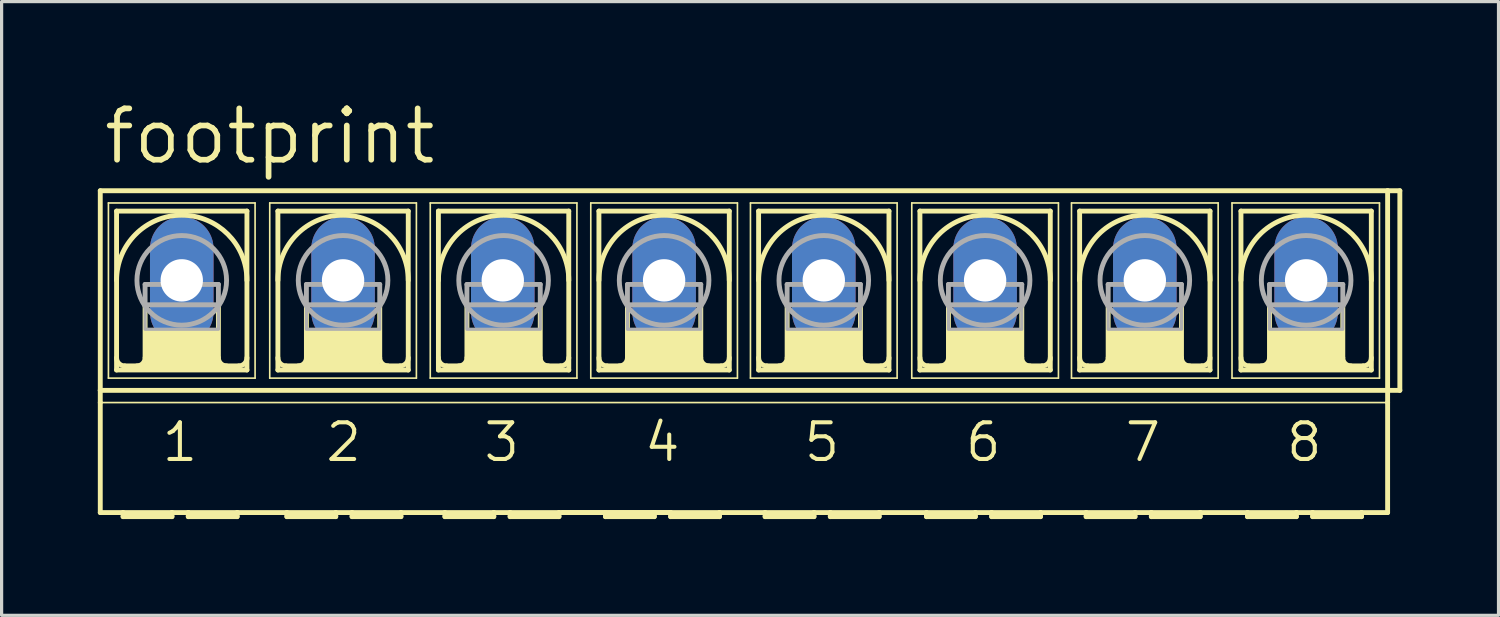
<source format=kicad_pcb>
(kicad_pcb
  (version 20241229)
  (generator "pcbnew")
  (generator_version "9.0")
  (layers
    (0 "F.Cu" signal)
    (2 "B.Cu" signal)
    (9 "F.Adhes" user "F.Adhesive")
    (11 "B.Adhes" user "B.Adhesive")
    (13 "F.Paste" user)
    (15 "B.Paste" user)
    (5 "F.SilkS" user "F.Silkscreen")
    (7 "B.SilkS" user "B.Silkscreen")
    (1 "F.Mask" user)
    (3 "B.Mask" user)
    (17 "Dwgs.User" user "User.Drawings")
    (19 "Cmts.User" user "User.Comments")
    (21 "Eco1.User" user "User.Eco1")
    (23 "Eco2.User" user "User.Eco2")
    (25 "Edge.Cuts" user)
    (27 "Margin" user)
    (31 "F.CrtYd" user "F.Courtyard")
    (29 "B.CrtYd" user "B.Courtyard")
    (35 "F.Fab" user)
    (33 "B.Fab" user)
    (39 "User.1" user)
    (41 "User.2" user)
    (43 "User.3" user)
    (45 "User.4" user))
  (footprint "footprint"
    (layer "F.Cu")
    (at 20.142 5.69)
    (property "Reference" "footprint" (at -20.041 -3.556 0) (layer "F.SilkS") (effects (font (size 1.6 1.6) (thickness 0.178)) (justify left bottom)))
    (fp_line (start -20.066 3.429) (end -20.066 -2.794) (stroke (width 0.152) (type solid)) (layer "F.SilkS"))
    (fp_line (start -20.066 3.429) (end 20.066 3.429) (stroke (width 0.152) (type solid)) (layer "F.SilkS"))
    (fp_line (start -20.066 3.81) (end -20.066 3.429) (stroke (width 0.152) (type solid)) (layer "F.SilkS"))
    (fp_line (start -20.066 7.239) (end -20.066 3.81) (stroke (width 0.152) (type solid)) (layer "F.SilkS"))
    (fp_line (start -20.066 7.239) (end -19.355 7.239) (stroke (width 0.152) (type solid)) (layer "F.SilkS"))
    (fp_line (start -19.812 -2.413) (end -19.812 3.048) (stroke (width 0.051) (type solid)) (layer "F.SilkS"))
    (fp_line (start -19.812 -2.413) (end -15.24 -2.413) (stroke (width 0.051) (type solid)) (layer "F.SilkS"))
    (fp_line (start -19.558 2.794) (end -19.558 -2.159) (stroke (width 0.152) (type solid)) (layer "F.SilkS"))
    (fp_line (start -19.558 2.794) (end -15.494 2.794) (stroke (width 0.152) (type solid)) (layer "F.SilkS"))
    (fp_line (start -19.355 7.239) (end -17.831 7.239) (stroke (width 0.152) (type solid)) (layer "F.SilkS"))
    (fp_line (start -19.355 7.366) (end -19.355 7.239) (stroke (width 0.152) (type solid)) (layer "F.SilkS"))
    (fp_line (start -19.355 7.366) (end -17.831 7.366) (stroke (width 0.152) (type solid)) (layer "F.SilkS"))
    (fp_line (start -18.669 0.762) (end -18.669 2.413) (stroke (width 0.152) (type solid)) (layer "F.SilkS"))
    (fp_line (start -17.831 7.239) (end -17.831 7.366) (stroke (width 0.152) (type solid)) (layer "F.SilkS"))
    (fp_line (start -17.831 7.239) (end -17.323 7.239) (stroke (width 0.152) (type solid)) (layer "F.SilkS"))
    (fp_line (start -17.323 7.239) (end -15.799 7.239) (stroke (width 0.152) (type solid)) (layer "F.SilkS"))
    (fp_line (start -17.323 7.366) (end -17.323 7.239) (stroke (width 0.152) (type solid)) (layer "F.SilkS"))
    (fp_line (start -17.323 7.366) (end -15.799 7.366) (stroke (width 0.152) (type solid)) (layer "F.SilkS"))
    (fp_line (start -16.383 0.762) (end -16.383 2.413) (stroke (width 0.152) (type solid)) (layer "F.SilkS"))
    (fp_line (start -15.799 7.239) (end -14.249 7.239) (stroke (width 0.152) (type solid)) (layer "F.SilkS"))
    (fp_line (start -15.799 7.366) (end -15.799 7.239) (stroke (width 0.152) (type solid)) (layer "F.SilkS"))
    (fp_line (start -15.748 2.667) (end -19.304 2.667) (stroke (width 0.152) (type solid)) (layer "F.SilkS"))
    (fp_line (start -15.494 -2.159) (end -19.558 -2.159) (stroke (width 0.152) (type solid)) (layer "F.SilkS"))
    (fp_line (start -15.494 -2.159) (end -15.494 2.794) (stroke (width 0.152) (type solid)) (layer "F.SilkS"))
    (fp_line (start -15.24 -2.413) (end -15.24 3.048) (stroke (width 0.051) (type solid)) (layer "F.SilkS"))
    (fp_line (start -15.24 3.048) (end -19.812 3.048) (stroke (width 0.051) (type solid)) (layer "F.SilkS"))
    (fp_line (start -14.783 -2.413) (end -14.783 3.048) (stroke (width 0.051) (type solid)) (layer "F.SilkS"))
    (fp_line (start -14.783 -2.413) (end -10.211 -2.413) (stroke (width 0.051) (type solid)) (layer "F.SilkS"))
    (fp_line (start -14.529 -2.159) (end -14.529 2.794) (stroke (width 0.152) (type solid)) (layer "F.SilkS"))
    (fp_line (start -14.529 2.794) (end -10.465 2.794) (stroke (width 0.152) (type solid)) (layer "F.SilkS"))
    (fp_line (start -14.249 7.239) (end -12.725 7.239) (stroke (width 0.152) (type solid)) (layer "F.SilkS"))
    (fp_line (start -14.249 7.366) (end -14.249 7.239) (stroke (width 0.152) (type solid)) (layer "F.SilkS"))
    (fp_line (start -14.249 7.366) (end -12.725 7.366) (stroke (width 0.152) (type solid)) (layer "F.SilkS"))
    (fp_line (start -13.64 0.762) (end -13.64 2.413) (stroke (width 0.152) (type solid)) (layer "F.SilkS"))
    (fp_line (start -12.725 7.239) (end -12.725 7.366) (stroke (width 0.152) (type solid)) (layer "F.SilkS"))
    (fp_line (start -12.725 7.239) (end -12.217 7.239) (stroke (width 0.152) (type solid)) (layer "F.SilkS"))
    (fp_line (start -12.217 7.239) (end -10.693 7.239) (stroke (width 0.152) (type solid)) (layer "F.SilkS"))
    (fp_line (start -12.217 7.366) (end -12.217 7.239) (stroke (width 0.152) (type solid)) (layer "F.SilkS"))
    (fp_line (start -12.217 7.366) (end -10.693 7.366) (stroke (width 0.152) (type solid)) (layer "F.SilkS"))
    (fp_line (start -11.354 0.762) (end -11.354 2.413) (stroke (width 0.152) (type solid)) (layer "F.SilkS"))
    (fp_line (start -10.719 2.667) (end -14.275 2.667) (stroke (width 0.152) (type solid)) (layer "F.SilkS"))
    (fp_line (start -10.693 7.366) (end -10.693 7.239) (stroke (width 0.152) (type solid)) (layer "F.SilkS"))
    (fp_line (start -10.465 -2.159) (end -14.529 -2.159) (stroke (width 0.152) (type solid)) (layer "F.SilkS"))
    (fp_line (start -10.465 2.794) (end -10.465 -2.159) (stroke (width 0.152) (type solid)) (layer "F.SilkS"))
    (fp_line (start -10.211 3.048) (end -14.783 3.048) (stroke (width 0.051) (type solid)) (layer "F.SilkS"))
    (fp_line (start -10.211 3.048) (end -10.211 -2.413) (stroke (width 0.051) (type solid)) (layer "F.SilkS"))
    (fp_line (start -9.779 -2.413) (end -9.779 3.048) (stroke (width 0.051) (type solid)) (layer "F.SilkS"))
    (fp_line (start -9.779 -2.413) (end -5.207 -2.413) (stroke (width 0.051) (type solid)) (layer "F.SilkS"))
    (fp_line (start -9.525 2.794) (end -9.525 -2.159) (stroke (width 0.152) (type solid)) (layer "F.SilkS"))
    (fp_line (start -9.525 2.794) (end -5.461 2.794) (stroke (width 0.152) (type solid)) (layer "F.SilkS"))
    (fp_line (start -9.322 7.239) (end -10.693 7.239) (stroke (width 0.152) (type solid)) (layer "F.SilkS"))
    (fp_line (start -9.322 7.239) (end -9.322 7.366) (stroke (width 0.152) (type solid)) (layer "F.SilkS"))
    (fp_line (start -9.322 7.239) (end -7.798 7.239) (stroke (width 0.152) (type solid)) (layer "F.SilkS"))
    (fp_line (start -9.322 7.366) (end -7.798 7.366) (stroke (width 0.152) (type solid)) (layer "F.SilkS"))
    (fp_line (start -8.636 0.762) (end -8.636 2.413) (stroke (width 0.152) (type solid)) (layer "F.SilkS"))
    (fp_line (start -7.798 7.239) (end -7.798 7.366) (stroke (width 0.152) (type solid)) (layer "F.SilkS"))
    (fp_line (start -7.798 7.239) (end -7.29 7.239) (stroke (width 0.152) (type solid)) (layer "F.SilkS"))
    (fp_line (start -7.29 7.239) (end -7.29 7.366) (stroke (width 0.152) (type solid)) (layer "F.SilkS"))
    (fp_line (start -7.29 7.239) (end -5.766 7.239) (stroke (width 0.152) (type solid)) (layer "F.SilkS"))
    (fp_line (start -7.29 7.366) (end -5.766 7.366) (stroke (width 0.152) (type solid)) (layer "F.SilkS"))
    (fp_line (start -6.35 0.762) (end -6.35 2.413) (stroke (width 0.152) (type solid)) (layer "F.SilkS"))
    (fp_line (start -5.766 7.366) (end -5.766 7.239) (stroke (width 0.152) (type solid)) (layer "F.SilkS"))
    (fp_line (start -5.715 2.667) (end -9.271 2.667) (stroke (width 0.152) (type solid)) (layer "F.SilkS"))
    (fp_line (start -5.461 -2.159) (end -9.525 -2.159) (stroke (width 0.152) (type solid)) (layer "F.SilkS"))
    (fp_line (start -5.461 -2.159) (end -5.461 2.794) (stroke (width 0.152) (type solid)) (layer "F.SilkS"))
    (fp_line (start -5.207 -2.413) (end -5.207 3.048) (stroke (width 0.051) (type solid)) (layer "F.SilkS"))
    (fp_line (start -5.207 3.048) (end -9.779 3.048) (stroke (width 0.051) (type solid)) (layer "F.SilkS"))
    (fp_line (start -4.775 -2.413) (end -4.775 3.048) (stroke (width 0.051) (type solid)) (layer "F.SilkS"))
    (fp_line (start -4.775 -2.413) (end -0.203 -2.413) (stroke (width 0.051) (type solid)) (layer "F.SilkS"))
    (fp_line (start -4.521 2.794) (end -4.521 -2.159) (stroke (width 0.152) (type solid)) (layer "F.SilkS"))
    (fp_line (start -4.521 2.794) (end -0.457 2.794) (stroke (width 0.152) (type solid)) (layer "F.SilkS"))
    (fp_line (start -4.318 7.239) (end -5.664 7.239) (stroke (width 0.152) (type solid)) (layer "F.SilkS"))
    (fp_line (start -4.318 7.239) (end -4.318 7.366) (stroke (width 0.152) (type solid)) (layer "F.SilkS"))
    (fp_line (start -4.318 7.239) (end -2.794 7.239) (stroke (width 0.152) (type solid)) (layer "F.SilkS"))
    (fp_line (start -4.318 7.366) (end -2.794 7.366) (stroke (width 0.152) (type solid)) (layer "F.SilkS"))
    (fp_line (start -3.632 0.762) (end -3.632 2.413) (stroke (width 0.152) (type solid)) (layer "F.SilkS"))
    (fp_line (start -2.794 7.239) (end -2.794 7.366) (stroke (width 0.152) (type solid)) (layer "F.SilkS"))
    (fp_line (start -2.794 7.239) (end -2.286 7.239) (stroke (width 0.152) (type solid)) (layer "F.SilkS"))
    (fp_line (start -2.286 7.239) (end -5.766 7.239) (stroke (width 0.152) (type solid)) (layer "F.SilkS"))
    (fp_line (start -2.286 7.239) (end -2.286 7.366) (stroke (width 0.152) (type solid)) (layer "F.SilkS"))
    (fp_line (start -2.286 7.366) (end -0.762 7.366) (stroke (width 0.152) (type solid)) (layer "F.SilkS"))
    (fp_line (start -1.346 0.762) (end -1.346 2.413) (stroke (width 0.152) (type solid)) (layer "F.SilkS"))
    (fp_line (start -0.762 7.239) (end -2.286 7.239) (stroke (width 0.152) (type solid)) (layer "F.SilkS"))
    (fp_line (start -0.762 7.366) (end -0.762 7.239) (stroke (width 0.152) (type solid)) (layer "F.SilkS"))
    (fp_line (start -0.711 2.667) (end -4.267 2.667) (stroke (width 0.152) (type solid)) (layer "F.SilkS"))
    (fp_line (start -0.457 -2.159) (end -4.521 -2.159) (stroke (width 0.152) (type solid)) (layer "F.SilkS"))
    (fp_line (start -0.457 -2.159) (end -0.457 2.794) (stroke (width 0.152) (type solid)) (layer "F.SilkS"))
    (fp_line (start -0.203 -2.413) (end -0.203 3.048) (stroke (width 0.051) (type solid)) (layer "F.SilkS"))
    (fp_line (start -0.203 3.048) (end -4.775 3.048) (stroke (width 0.051) (type solid)) (layer "F.SilkS"))
    (fp_line (start 0.203 -2.413) (end 0.203 3.048) (stroke (width 0.051) (type solid)) (layer "F.SilkS"))
    (fp_line (start 0.203 -2.413) (end 4.775 -2.413) (stroke (width 0.051) (type solid)) (layer "F.SilkS"))
    (fp_line (start 0.457 2.794) (end 0.457 -2.159) (stroke (width 0.152) (type solid)) (layer "F.SilkS"))
    (fp_line (start 0.457 2.794) (end 4.521 2.794) (stroke (width 0.152) (type solid)) (layer "F.SilkS"))
    (fp_line (start 0.66 7.239) (end -0.762 7.239) (stroke (width 0.152) (type solid)) (layer "F.SilkS"))
    (fp_line (start 0.66 7.366) (end 0.66 7.239) (stroke (width 0.152) (type solid)) (layer "F.SilkS"))
    (fp_line (start 0.66 7.366) (end 2.184 7.366) (stroke (width 0.152) (type solid)) (layer "F.SilkS"))
    (fp_line (start 1.346 0.762) (end 1.346 2.413) (stroke (width 0.152) (type solid)) (layer "F.SilkS"))
    (fp_line (start 2.184 7.239) (end 0.66 7.239) (stroke (width 0.152) (type solid)) (layer "F.SilkS"))
    (fp_line (start 2.184 7.239) (end 2.184 7.366) (stroke (width 0.152) (type solid)) (layer "F.SilkS"))
    (fp_line (start 2.692 7.239) (end 2.184 7.239) (stroke (width 0.152) (type solid)) (layer "F.SilkS"))
    (fp_line (start 2.692 7.366) (end 2.692 7.239) (stroke (width 0.152) (type solid)) (layer "F.SilkS"))
    (fp_line (start 2.692 7.366) (end 4.216 7.366) (stroke (width 0.152) (type solid)) (layer "F.SilkS"))
    (fp_line (start 3.632 0.762) (end 3.632 2.413) (stroke (width 0.152) (type solid)) (layer "F.SilkS"))
    (fp_line (start 4.216 7.239) (end 2.692 7.239) (stroke (width 0.152) (type solid)) (layer "F.SilkS"))
    (fp_line (start 4.216 7.366) (end 4.216 7.239) (stroke (width 0.152) (type solid)) (layer "F.SilkS"))
    (fp_line (start 4.267 2.667) (end 0.711 2.667) (stroke (width 0.152) (type solid)) (layer "F.SilkS"))
    (fp_line (start 4.521 -2.159) (end 0.457 -2.159) (stroke (width 0.152) (type solid)) (layer "F.SilkS"))
    (fp_line (start 4.521 -2.159) (end 4.521 2.794) (stroke (width 0.152) (type solid)) (layer "F.SilkS"))
    (fp_line (start 4.775 -2.413) (end 4.775 3.048) (stroke (width 0.051) (type solid)) (layer "F.SilkS"))
    (fp_line (start 4.775 3.048) (end 0.203 3.048) (stroke (width 0.051) (type solid)) (layer "F.SilkS"))
    (fp_line (start 5.232 -2.413) (end 5.232 3.048) (stroke (width 0.051) (type solid)) (layer "F.SilkS"))
    (fp_line (start 5.232 -2.413) (end 9.804 -2.413) (stroke (width 0.051) (type solid)) (layer "F.SilkS"))
    (fp_line (start 5.486 2.794) (end 5.486 -2.159) (stroke (width 0.152) (type solid)) (layer "F.SilkS"))
    (fp_line (start 5.486 2.794) (end 9.55 2.794) (stroke (width 0.152) (type solid)) (layer "F.SilkS"))
    (fp_line (start 5.69 7.239) (end 4.216 7.239) (stroke (width 0.152) (type solid)) (layer "F.SilkS"))
    (fp_line (start 5.69 7.366) (end 5.69 7.239) (stroke (width 0.152) (type solid)) (layer "F.SilkS"))
    (fp_line (start 5.69 7.366) (end 7.214 7.366) (stroke (width 0.152) (type solid)) (layer "F.SilkS"))
    (fp_line (start 6.375 0.762) (end 6.375 2.413) (stroke (width 0.152) (type solid)) (layer "F.SilkS"))
    (fp_line (start 7.214 7.239) (end 5.69 7.239) (stroke (width 0.152) (type solid)) (layer "F.SilkS"))
    (fp_line (start 7.214 7.239) (end 7.214 7.366) (stroke (width 0.152) (type solid)) (layer "F.SilkS"))
    (fp_line (start 7.722 7.239) (end 7.214 7.239) (stroke (width 0.152) (type solid)) (layer "F.SilkS"))
    (fp_line (start 7.722 7.239) (end 9.246 7.239) (stroke (width 0.152) (type solid)) (layer "F.SilkS"))
    (fp_line (start 7.722 7.366) (end 7.722 7.239) (stroke (width 0.152) (type solid)) (layer "F.SilkS"))
    (fp_line (start 7.722 7.366) (end 9.246 7.366) (stroke (width 0.152) (type solid)) (layer "F.SilkS"))
    (fp_line (start 8.661 0.762) (end 8.661 2.413) (stroke (width 0.152) (type solid)) (layer "F.SilkS"))
    (fp_line (start 9.246 7.239) (end 10.668 7.239) (stroke (width 0.152) (type solid)) (layer "F.SilkS"))
    (fp_line (start 9.246 7.366) (end 9.246 7.239) (stroke (width 0.152) (type solid)) (layer "F.SilkS"))
    (fp_line (start 9.296 2.667) (end 5.74 2.667) (stroke (width 0.152) (type solid)) (layer "F.SilkS"))
    (fp_line (start 9.55 -2.159) (end 5.486 -2.159) (stroke (width 0.152) (type solid)) (layer "F.SilkS"))
    (fp_line (start 9.55 -2.159) (end 9.55 2.794) (stroke (width 0.152) (type solid)) (layer "F.SilkS"))
    (fp_line (start 9.804 -2.413) (end 9.804 3.048) (stroke (width 0.051) (type solid)) (layer "F.SilkS"))
    (fp_line (start 9.804 3.048) (end 5.232 3.048) (stroke (width 0.051) (type solid)) (layer "F.SilkS"))
    (fp_line (start 10.211 -2.413) (end 10.211 3.048) (stroke (width 0.051) (type solid)) (layer "F.SilkS"))
    (fp_line (start 10.211 -2.413) (end 14.783 -2.413) (stroke (width 0.051) (type solid)) (layer "F.SilkS"))
    (fp_line (start 10.465 2.794) (end 10.465 -2.159) (stroke (width 0.152) (type solid)) (layer "F.SilkS"))
    (fp_line (start 10.465 2.794) (end 14.529 2.794) (stroke (width 0.152) (type solid)) (layer "F.SilkS"))
    (fp_line (start 10.668 7.366) (end 10.668 7.239) (stroke (width 0.152) (type solid)) (layer "F.SilkS"))
    (fp_line (start 10.668 7.366) (end 12.192 7.366) (stroke (width 0.152) (type solid)) (layer "F.SilkS"))
    (fp_line (start 11.354 0.762) (end 11.354 2.413) (stroke (width 0.152) (type solid)) (layer "F.SilkS"))
    (fp_line (start 12.192 7.239) (end 10.668 7.239) (stroke (width 0.152) (type solid)) (layer "F.SilkS"))
    (fp_line (start 12.192 7.239) (end 12.192 7.366) (stroke (width 0.152) (type solid)) (layer "F.SilkS"))
    (fp_line (start 12.7 7.239) (end 12.192 7.239) (stroke (width 0.152) (type solid)) (layer "F.SilkS"))
    (fp_line (start 12.7 7.239) (end 14.224 7.239) (stroke (width 0.152) (type solid)) (layer "F.SilkS"))
    (fp_line (start 12.7 7.366) (end 12.7 7.239) (stroke (width 0.152) (type solid)) (layer "F.SilkS"))
    (fp_line (start 12.7 7.366) (end 14.224 7.366) (stroke (width 0.152) (type solid)) (layer "F.SilkS"))
    (fp_line (start 13.64 0.762) (end 13.64 2.413) (stroke (width 0.152) (type solid)) (layer "F.SilkS"))
    (fp_line (start 14.224 7.366) (end 14.224 7.239) (stroke (width 0.152) (type solid)) (layer "F.SilkS"))
    (fp_line (start 14.275 2.667) (end 10.719 2.667) (stroke (width 0.152) (type solid)) (layer "F.SilkS"))
    (fp_line (start 14.529 -2.159) (end 10.465 -2.159) (stroke (width 0.152) (type solid)) (layer "F.SilkS"))
    (fp_line (start 14.529 -2.159) (end 14.529 2.794) (stroke (width 0.152) (type solid)) (layer "F.SilkS"))
    (fp_line (start 14.783 -2.413) (end 14.783 3.048) (stroke (width 0.051) (type solid)) (layer "F.SilkS"))
    (fp_line (start 14.783 3.048) (end 10.211 3.048) (stroke (width 0.051) (type solid)) (layer "F.SilkS"))
    (fp_line (start 15.215 -2.413) (end 15.215 3.048) (stroke (width 0.051) (type solid)) (layer "F.SilkS"))
    (fp_line (start 15.215 -2.413) (end 19.812 -2.413) (stroke (width 0.051) (type solid)) (layer "F.SilkS"))
    (fp_line (start 15.494 2.794) (end 15.494 -2.159) (stroke (width 0.152) (type solid)) (layer "F.SilkS"))
    (fp_line (start 15.494 2.794) (end 19.558 2.794) (stroke (width 0.152) (type solid)) (layer "F.SilkS"))
    (fp_line (start 15.697 7.239) (end 14.224 7.239) (stroke (width 0.152) (type solid)) (layer "F.SilkS"))
    (fp_line (start 15.697 7.239) (end 17.221 7.239) (stroke (width 0.152) (type solid)) (layer "F.SilkS"))
    (fp_line (start 15.697 7.366) (end 15.697 7.239) (stroke (width 0.152) (type solid)) (layer "F.SilkS"))
    (fp_line (start 15.697 7.366) (end 17.221 7.366) (stroke (width 0.152) (type solid)) (layer "F.SilkS"))
    (fp_line (start 16.383 0.762) (end 16.383 2.413) (stroke (width 0.152) (type solid)) (layer "F.SilkS"))
    (fp_line (start 17.221 7.239) (end 17.221 7.366) (stroke (width 0.152) (type solid)) (layer "F.SilkS"))
    (fp_line (start 17.221 7.239) (end 17.729 7.239) (stroke (width 0.152) (type solid)) (layer "F.SilkS"))
    (fp_line (start 17.729 7.239) (end 19.253 7.239) (stroke (width 0.152) (type solid)) (layer "F.SilkS"))
    (fp_line (start 17.729 7.366) (end 17.729 7.239) (stroke (width 0.152) (type solid)) (layer "F.SilkS"))
    (fp_line (start 17.729 7.366) (end 19.253 7.366) (stroke (width 0.152) (type solid)) (layer "F.SilkS"))
    (fp_line (start 18.669 0.762) (end 18.669 2.413) (stroke (width 0.152) (type solid)) (layer "F.SilkS"))
    (fp_line (start 19.253 7.239) (end 20.066 7.239) (stroke (width 0.152) (type solid)) (layer "F.SilkS"))
    (fp_line (start 19.253 7.366) (end 19.253 7.239) (stroke (width 0.152) (type solid)) (layer "F.SilkS"))
    (fp_line (start 19.304 2.667) (end 15.748 2.667) (stroke (width 0.152) (type solid)) (layer "F.SilkS"))
    (fp_line (start 19.558 -2.159) (end 15.494 -2.159) (stroke (width 0.152) (type solid)) (layer "F.SilkS"))
    (fp_line (start 19.558 -2.159) (end 19.558 2.794) (stroke (width 0.152) (type solid)) (layer "F.SilkS"))
    (fp_line (start 19.812 -2.413) (end 19.812 3.048) (stroke (width 0.051) (type solid)) (layer "F.SilkS"))
    (fp_line (start 19.812 3.048) (end 15.215 3.048) (stroke (width 0.051) (type solid)) (layer "F.SilkS"))
    (fp_line (start 20.066 -2.794) (end -20.066 -2.794) (stroke (width 0.152) (type solid)) (layer "F.SilkS"))
    (fp_line (start 20.066 -2.794) (end 20.066 3.429) (stroke (width 0.152) (type solid)) (layer "F.SilkS"))
    (fp_line (start 20.066 3.429) (end 20.066 3.81) (stroke (width 0.152) (type solid)) (layer "F.SilkS"))
    (fp_line (start 20.066 3.81) (end -20.066 3.81) (stroke (width 0.051) (type solid)) (layer "F.SilkS"))
    (fp_line (start 20.066 3.81) (end 20.066 7.239) (stroke (width 0.152) (type solid)) (layer "F.SilkS"))
    (fp_line (start 20.447 -2.794) (end 20.066 -2.794) (stroke (width 0.152) (type solid)) (layer "F.SilkS"))
    (fp_line (start 20.447 -2.794) (end 20.447 3.429) (stroke (width 0.152) (type solid)) (layer "F.SilkS"))
    (fp_line (start 20.447 3.429) (end 20.066 3.429) (stroke (width 0.152) (type solid)) (layer "F.SilkS"))
    (fp_arc (start -19.558 0) (mid -17.526 -2.032) (end -15.494 0) (stroke (width 0.1524) (type solid)) (layer "F.SilkS"))
    (fp_arc (start -19.304 2.667) (mid -19.483605 2.592605) (end -19.558 2.413) (stroke (width 0.1524) (type solid)) (layer "F.SilkS"))
    (fp_arc (start -18.669 2.413) (mid -18.743395 2.592605) (end -18.923 2.667) (stroke (width 0.1524) (type solid)) (layer "F.SilkS"))
    (fp_arc (start -16.129 2.667) (mid -16.308605 2.592605) (end -16.383 2.413) (stroke (width 0.1524) (type solid)) (layer "F.SilkS"))
    (fp_arc (start -15.494 2.413) (mid -15.568395 2.592605) (end -15.748 2.667) (stroke (width 0.1524) (type solid)) (layer "F.SilkS"))
    (fp_arc (start -14.5288 0) (mid -12.4968 -2.032) (end -10.4648 0) (stroke (width 0.1524) (type solid)) (layer "F.SilkS"))
    (fp_arc (start -14.2748 2.667) (mid -14.454405 2.592605) (end -14.5288 2.413) (stroke (width 0.1524) (type solid)) (layer "F.SilkS"))
    (fp_arc (start -13.6398 2.413) (mid -13.714195 2.592605) (end -13.8938 2.667) (stroke (width 0.1524) (type solid)) (layer "F.SilkS"))
    (fp_arc (start -11.0998 2.667) (mid -11.279405 2.592605) (end -11.3538 2.413) (stroke (width 0.1524) (type solid)) (layer "F.SilkS"))
    (fp_arc (start -10.4648 2.413) (mid -10.539195 2.592605) (end -10.7188 2.667) (stroke (width 0.1524) (type solid)) (layer "F.SilkS"))
    (fp_arc (start -9.525 0) (mid -7.493 -2.032) (end -5.461 0) (stroke (width 0.1524) (type solid)) (layer "F.SilkS"))
    (fp_arc (start -9.271 2.667) (mid -9.450605 2.592605) (end -9.525 2.413) (stroke (width 0.1524) (type solid)) (layer "F.SilkS"))
    (fp_arc (start -8.636 2.413) (mid -8.710395 2.592605) (end -8.89 2.667) (stroke (width 0.1524) (type solid)) (layer "F.SilkS"))
    (fp_arc (start -6.096 2.667) (mid -6.275605 2.592605) (end -6.35 2.413) (stroke (width 0.1524) (type solid)) (layer "F.SilkS"))
    (fp_arc (start -5.461 2.413) (mid -5.535395 2.592605) (end -5.715 2.667) (stroke (width 0.1524) (type solid)) (layer "F.SilkS"))
    (fp_arc (start -4.5212 0) (mid -2.4892 -2.032) (end -0.4572 0) (stroke (width 0.1524) (type solid)) (layer "F.SilkS"))
    (fp_arc (start -4.2672 2.667) (mid -4.446805 2.592605) (end -4.5212 2.413) (stroke (width 0.1524) (type solid)) (layer "F.SilkS"))
    (fp_arc (start -3.6322 2.413) (mid -3.706595 2.592605) (end -3.8862 2.667) (stroke (width 0.1524) (type solid)) (layer "F.SilkS"))
    (fp_arc (start -1.0922 2.667) (mid -1.271805 2.592605) (end -1.3462 2.413) (stroke (width 0.1524) (type solid)) (layer "F.SilkS"))
    (fp_arc (start -0.4572 2.413) (mid -0.531595 2.592605) (end -0.7112 2.667) (stroke (width 0.1524) (type solid)) (layer "F.SilkS"))
    (fp_arc (start 0.4572 0) (mid 2.4892 -2.032) (end 4.5212 0) (stroke (width 0.1524) (type solid)) (layer "F.SilkS"))
    (fp_arc (start 0.7112 2.667) (mid 0.531595 2.592605) (end 0.4572 2.413) (stroke (width 0.1524) (type solid)) (layer "F.SilkS"))
    (fp_arc (start 1.3462 2.413) (mid 1.271805 2.592605) (end 1.0922 2.667) (stroke (width 0.1524) (type solid)) (layer "F.SilkS"))
    (fp_arc (start 3.8862 2.667) (mid 3.706595 2.592605) (end 3.6322 2.413) (stroke (width 0.1524) (type solid)) (layer "F.SilkS"))
    (fp_arc (start 4.5212 2.413) (mid 4.446805 2.592605) (end 4.2672 2.667) (stroke (width 0.1524) (type solid)) (layer "F.SilkS"))
    (fp_arc (start 5.4864 0) (mid 7.5184 -2.032) (end 9.5504 0) (stroke (width 0.1524) (type solid)) (layer "F.SilkS"))
    (fp_arc (start 5.7404 2.667) (mid 5.560795 2.592605) (end 5.4864 2.413) (stroke (width 0.1524) (type solid)) (layer "F.SilkS"))
    (fp_arc (start 6.3754 2.413) (mid 6.301005 2.592605) (end 6.1214 2.667) (stroke (width 0.1524) (type solid)) (layer "F.SilkS"))
    (fp_arc (start 8.9154 2.667) (mid 8.735795 2.592605) (end 8.6614 2.413) (stroke (width 0.1524) (type solid)) (layer "F.SilkS"))
    (fp_arc (start 9.5504 2.413) (mid 9.476005 2.592605) (end 9.2964 2.667) (stroke (width 0.1524) (type solid)) (layer "F.SilkS"))
    (fp_arc (start 10.4648 0) (mid 12.4968 -2.032) (end 14.5288 0) (stroke (width 0.1524) (type solid)) (layer "F.SilkS"))
    (fp_arc (start 10.7188 2.667) (mid 10.539195 2.592605) (end 10.4648 2.413) (stroke (width 0.1524) (type solid)) (layer "F.SilkS"))
    (fp_arc (start 11.3538 2.413) (mid 11.279405 2.592605) (end 11.0998 2.667) (stroke (width 0.1524) (type solid)) (layer "F.SilkS"))
    (fp_arc (start 13.8938 2.667) (mid 13.714195 2.592605) (end 13.6398 2.413) (stroke (width 0.1524) (type solid)) (layer "F.SilkS"))
    (fp_arc (start 14.5288 2.413) (mid 14.454405 2.592605) (end 14.2748 2.667) (stroke (width 0.1524) (type solid)) (layer "F.SilkS"))
    (fp_arc (start 15.494 0) (mid 17.526 -2.032) (end 19.558 0) (stroke (width 0.1524) (type solid)) (layer "F.SilkS"))
    (fp_arc (start 15.748 2.667) (mid 15.568395 2.592605) (end 15.494 2.413) (stroke (width 0.1524) (type solid)) (layer "F.SilkS"))
    (fp_arc (start 16.383 2.413) (mid 16.308605 2.592605) (end 16.129 2.667) (stroke (width 0.1524) (type solid)) (layer "F.SilkS"))
    (fp_arc (start 18.923 2.667) (mid 18.743395 2.592605) (end 18.669 2.413) (stroke (width 0.1524) (type solid)) (layer "F.SilkS"))
    (fp_arc (start 19.558 2.413) (mid 19.483605 2.592605) (end 19.304 2.667) (stroke (width 0.1524) (type solid)) (layer "F.SilkS"))
    (fp_poly (pts (xy -18.669 2.667) (xy -16.383 2.667) (xy -16.383 1.524) (xy -18.669 1.524)) (stroke (width 0) (type solid)) (fill yes) (layer "F.SilkS"))
    (fp_poly (pts (xy -13.64 2.667) (xy -11.354 2.667) (xy -11.354 1.524) (xy -13.64 1.524)) (stroke (width 0) (type solid)) (fill yes) (layer "F.SilkS"))
    (fp_poly (pts (xy -8.636 2.667) (xy -6.35 2.667) (xy -6.35 1.524) (xy -8.636 1.524)) (stroke (width 0) (type solid)) (fill yes) (layer "F.SilkS"))
    (fp_poly (pts (xy -3.632 2.667) (xy -1.346 2.667) (xy -1.346 1.524) (xy -3.632 1.524)) (stroke (width 0) (type solid)) (fill yes) (layer "F.SilkS"))
    (fp_poly (pts (xy 1.346 2.667) (xy 3.632 2.667) (xy 3.632 1.524) (xy 1.346 1.524)) (stroke (width 0) (type solid)) (fill yes) (layer "F.SilkS"))
    (fp_poly (pts (xy 6.375 2.667) (xy 8.661 2.667) (xy 8.661 1.524) (xy 6.375 1.524)) (stroke (width 0) (type solid)) (fill yes) (layer "F.SilkS"))
    (fp_poly (pts (xy 11.354 2.667) (xy 13.64 2.667) (xy 13.64 1.524) (xy 11.354 1.524)) (stroke (width 0) (type solid)) (fill yes) (layer "F.SilkS"))
    (fp_poly (pts (xy 16.383 2.667) (xy 18.669 2.667) (xy 18.669 1.524) (xy 16.383 1.524)) (stroke (width 0) (type solid)) (fill yes) (layer "F.SilkS"))
    (fp_line (start -18.669 0.127) (end -18.669 0.762) (stroke (width 0.152) (type solid)) (layer "F.Fab"))
    (fp_line (start -18.669 0.127) (end -16.383 0.127) (stroke (width 0.152) (type solid)) (layer "F.Fab"))
    (fp_line (start -18.669 0.762) (end -16.383 0.762) (stroke (width 0.152) (type solid)) (layer "F.Fab"))
    (fp_line (start -16.383 0.127) (end -16.383 0.762) (stroke (width 0.152) (type solid)) (layer "F.Fab"))
    (fp_line (start -13.64 0.127) (end -13.64 0.762) (stroke (width 0.152) (type solid)) (layer "F.Fab"))
    (fp_line (start -13.64 0.127) (end -11.354 0.127) (stroke (width 0.152) (type solid)) (layer "F.Fab"))
    (fp_line (start -13.64 0.762) (end -11.354 0.762) (stroke (width 0.152) (type solid)) (layer "F.Fab"))
    (fp_line (start -11.354 0.127) (end -11.354 0.762) (stroke (width 0.152) (type solid)) (layer "F.Fab"))
    (fp_line (start -8.636 0.127) (end -8.636 0.762) (stroke (width 0.152) (type solid)) (layer "F.Fab"))
    (fp_line (start -8.636 0.127) (end -6.35 0.127) (stroke (width 0.152) (type solid)) (layer "F.Fab"))
    (fp_line (start -8.636 0.762) (end -6.35 0.762) (stroke (width 0.152) (type solid)) (layer "F.Fab"))
    (fp_line (start -6.35 0.127) (end -6.35 0.762) (stroke (width 0.152) (type solid)) (layer "F.Fab"))
    (fp_line (start -3.632 0.127) (end -3.632 0.762) (stroke (width 0.152) (type solid)) (layer "F.Fab"))
    (fp_line (start -3.632 0.127) (end -1.346 0.127) (stroke (width 0.152) (type solid)) (layer "F.Fab"))
    (fp_line (start -3.632 0.762) (end -1.346 0.762) (stroke (width 0.152) (type solid)) (layer "F.Fab"))
    (fp_line (start -1.346 0.127) (end -1.346 0.762) (stroke (width 0.152) (type solid)) (layer "F.Fab"))
    (fp_line (start 1.346 0.127) (end 1.346 0.762) (stroke (width 0.152) (type solid)) (layer "F.Fab"))
    (fp_line (start 1.346 0.127) (end 3.632 0.127) (stroke (width 0.152) (type solid)) (layer "F.Fab"))
    (fp_line (start 1.346 0.762) (end 3.632 0.762) (stroke (width 0.152) (type solid)) (layer "F.Fab"))
    (fp_line (start 3.632 0.127) (end 3.632 0.762) (stroke (width 0.152) (type solid)) (layer "F.Fab"))
    (fp_line (start 6.375 0.127) (end 6.375 0.762) (stroke (width 0.152) (type solid)) (layer "F.Fab"))
    (fp_line (start 6.375 0.127) (end 8.661 0.127) (stroke (width 0.152) (type solid)) (layer "F.Fab"))
    (fp_line (start 6.375 0.762) (end 8.661 0.762) (stroke (width 0.152) (type solid)) (layer "F.Fab"))
    (fp_line (start 8.661 0.127) (end 8.661 0.762) (stroke (width 0.152) (type solid)) (layer "F.Fab"))
    (fp_line (start 11.354 0.127) (end 11.354 0.762) (stroke (width 0.152) (type solid)) (layer "F.Fab"))
    (fp_line (start 11.354 0.127) (end 13.64 0.127) (stroke (width 0.152) (type solid)) (layer "F.Fab"))
    (fp_line (start 11.354 0.762) (end 13.64 0.762) (stroke (width 0.152) (type solid)) (layer "F.Fab"))
    (fp_line (start 13.64 0.127) (end 13.64 0.762) (stroke (width 0.152) (type solid)) (layer "F.Fab"))
    (fp_line (start 16.383 0.127) (end 16.383 0.762) (stroke (width 0.152) (type solid)) (layer "F.Fab"))
    (fp_line (start 16.383 0.127) (end 18.669 0.127) (stroke (width 0.152) (type solid)) (layer "F.Fab"))
    (fp_line (start 16.383 0.762) (end 18.669 0.762) (stroke (width 0.152) (type solid)) (layer "F.Fab"))
    (fp_line (start 18.669 0.127) (end 18.669 0.762) (stroke (width 0.152) (type solid)) (layer "F.Fab"))
    (fp_circle (center -17.526 0) (end -16.129 0) (stroke (width 0.152) (type solid)) (fill no) (layer "F.Fab"))
    (fp_circle (center -12.497 0) (end -11.1 0) (stroke (width 0.152) (type solid)) (fill no) (layer "F.Fab"))
    (fp_circle (center -7.493 0) (end -6.096 0) (stroke (width 0.152) (type solid)) (fill no) (layer "F.Fab"))
    (fp_circle (center -2.489 0) (end -1.092 0) (stroke (width 0.152) (type solid)) (fill no) (layer "F.Fab"))
    (fp_circle (center 2.489 0) (end 3.886 0) (stroke (width 0.152) (type solid)) (fill no) (layer "F.Fab"))
    (fp_circle (center 7.518 0) (end 8.915 0) (stroke (width 0.152) (type solid)) (fill no) (layer "F.Fab"))
    (fp_circle (center 12.497 0) (end 13.894 0) (stroke (width 0.152) (type solid)) (fill no) (layer "F.Fab"))
    (fp_circle (center 17.526 0) (end 18.923 0) (stroke (width 0.152) (type solid)) (fill no) (layer "F.Fab"))
    (fp_poly (pts (xy -18.669 1.524) (xy -16.383 1.524) (xy -16.383 0.762) (xy -18.669 0.762)) (stroke (width 0.1) (type solid)) (fill no) (layer "F.Fab"))
    (fp_poly (pts (xy -13.64 1.524) (xy -11.354 1.524) (xy -11.354 0.762) (xy -13.64 0.762)) (stroke (width 0.1) (type solid)) (fill no) (layer "F.Fab"))
    (fp_poly (pts (xy -8.636 1.524) (xy -6.35 1.524) (xy -6.35 0.762) (xy -8.636 0.762)) (stroke (width 0.1) (type solid)) (fill no) (layer "F.Fab"))
    (fp_poly (pts (xy -3.632 1.524) (xy -1.346 1.524) (xy -1.346 0.762) (xy -3.632 0.762)) (stroke (width 0.1) (type solid)) (fill no) (layer "F.Fab"))
    (fp_poly (pts (xy 1.346 1.524) (xy 3.632 1.524) (xy 3.632 0.762) (xy 1.346 0.762)) (stroke (width 0.1) (type solid)) (fill no) (layer "F.Fab"))
    (fp_poly (pts (xy 6.375 1.524) (xy 8.661 1.524) (xy 8.661 0.762) (xy 6.375 0.762)) (stroke (width 0.1) (type solid)) (fill no) (layer "F.Fab"))
    (fp_poly (pts (xy 11.354 1.524) (xy 13.64 1.524) (xy 13.64 0.762) (xy 11.354 0.762)) (stroke (width 0.1) (type solid)) (fill no) (layer "F.Fab"))
    (fp_poly (pts (xy 16.383 1.524) (xy 18.669 1.524) (xy 18.669 0.762) (xy 16.383 0.762)) (stroke (width 0.1) (type solid)) (fill no) (layer "F.Fab"))
    (fp_text user "3" (at -8.179 5.715 0) (layer "F.SilkS") (effects (font (size 1.143 1.143) (thickness 0.127)) (justify left bottom)))
    (fp_text user "1" (at -18.212 5.715 0) (layer "F.SilkS") (effects (font (size 1.143 1.143) (thickness 0.127)) (justify left bottom)))
    (fp_text user "2" (at -13.106 5.715 0) (layer "F.SilkS") (effects (font (size 1.143 1.143) (thickness 0.127)) (justify left bottom)))
    (fp_text user "4" (at -3.175 5.715 0) (layer "F.SilkS") (effects (font (size 1.143 1.143) (thickness 0.127)) (justify left bottom)))
    (fp_text user "6" (at 6.833 5.715 0) (layer "F.SilkS") (effects (font (size 1.143 1.143) (thickness 0.127)) (justify left bottom)))
    (fp_text user "8" (at 16.84 5.715 0) (layer "F.SilkS") (effects (font (size 1.143 1.143) (thickness 0.127)) (justify left bottom)))
    (fp_text user "5" (at 1.803 5.715 0) (layer "F.SilkS") (effects (font (size 1.143 1.143) (thickness 0.127)) (justify left bottom)))
    (fp_text user "7" (at 11.811 5.715 0) (layer "F.SilkS") (effects (font (size 1.143 1.143) (thickness 0.127)) (justify left bottom)))
    (pad "1" thru_hole oval (at -17.526 0 90) (size 3.962 1.981) (drill 1.321) (layers "*.Cu" "*.Mask"))
    (pad "2" thru_hole oval (at -12.497 0 90) (size 3.962 1.981) (drill 1.321) (layers "*.Cu" "*.Mask"))
    (pad "3" thru_hole oval (at -7.518 0 90) (size 3.962 1.981) (drill 1.321) (layers "*.Cu" "*.Mask"))
    (pad "4" thru_hole oval (at -2.489 0 90) (size 3.962 1.981) (drill 1.321) (layers "*.Cu" "*.Mask"))
    (pad "5" thru_hole oval (at 2.489 0 90) (size 3.962 1.981) (drill 1.321) (layers "*.Cu" "*.Mask"))
    (pad "6" thru_hole oval (at 7.518 0 90) (size 3.962 1.981) (drill 1.321) (layers "*.Cu" "*.Mask"))
    (pad "7" thru_hole oval (at 12.497 0 90) (size 3.962 1.981) (drill 1.321) (layers "*.Cu" "*.Mask"))
    (pad "8" thru_hole oval (at 17.526 0 90) (size 3.962 1.981) (drill 1.321) (layers "*.Cu" "*.Mask")))
  (gr_rect
    (start -3 -3)
    (end 43.665 16.132)
    (stroke (width 0.1) (type default))
    (fill no)
    (layer "Edge.Cuts")))
</source>
